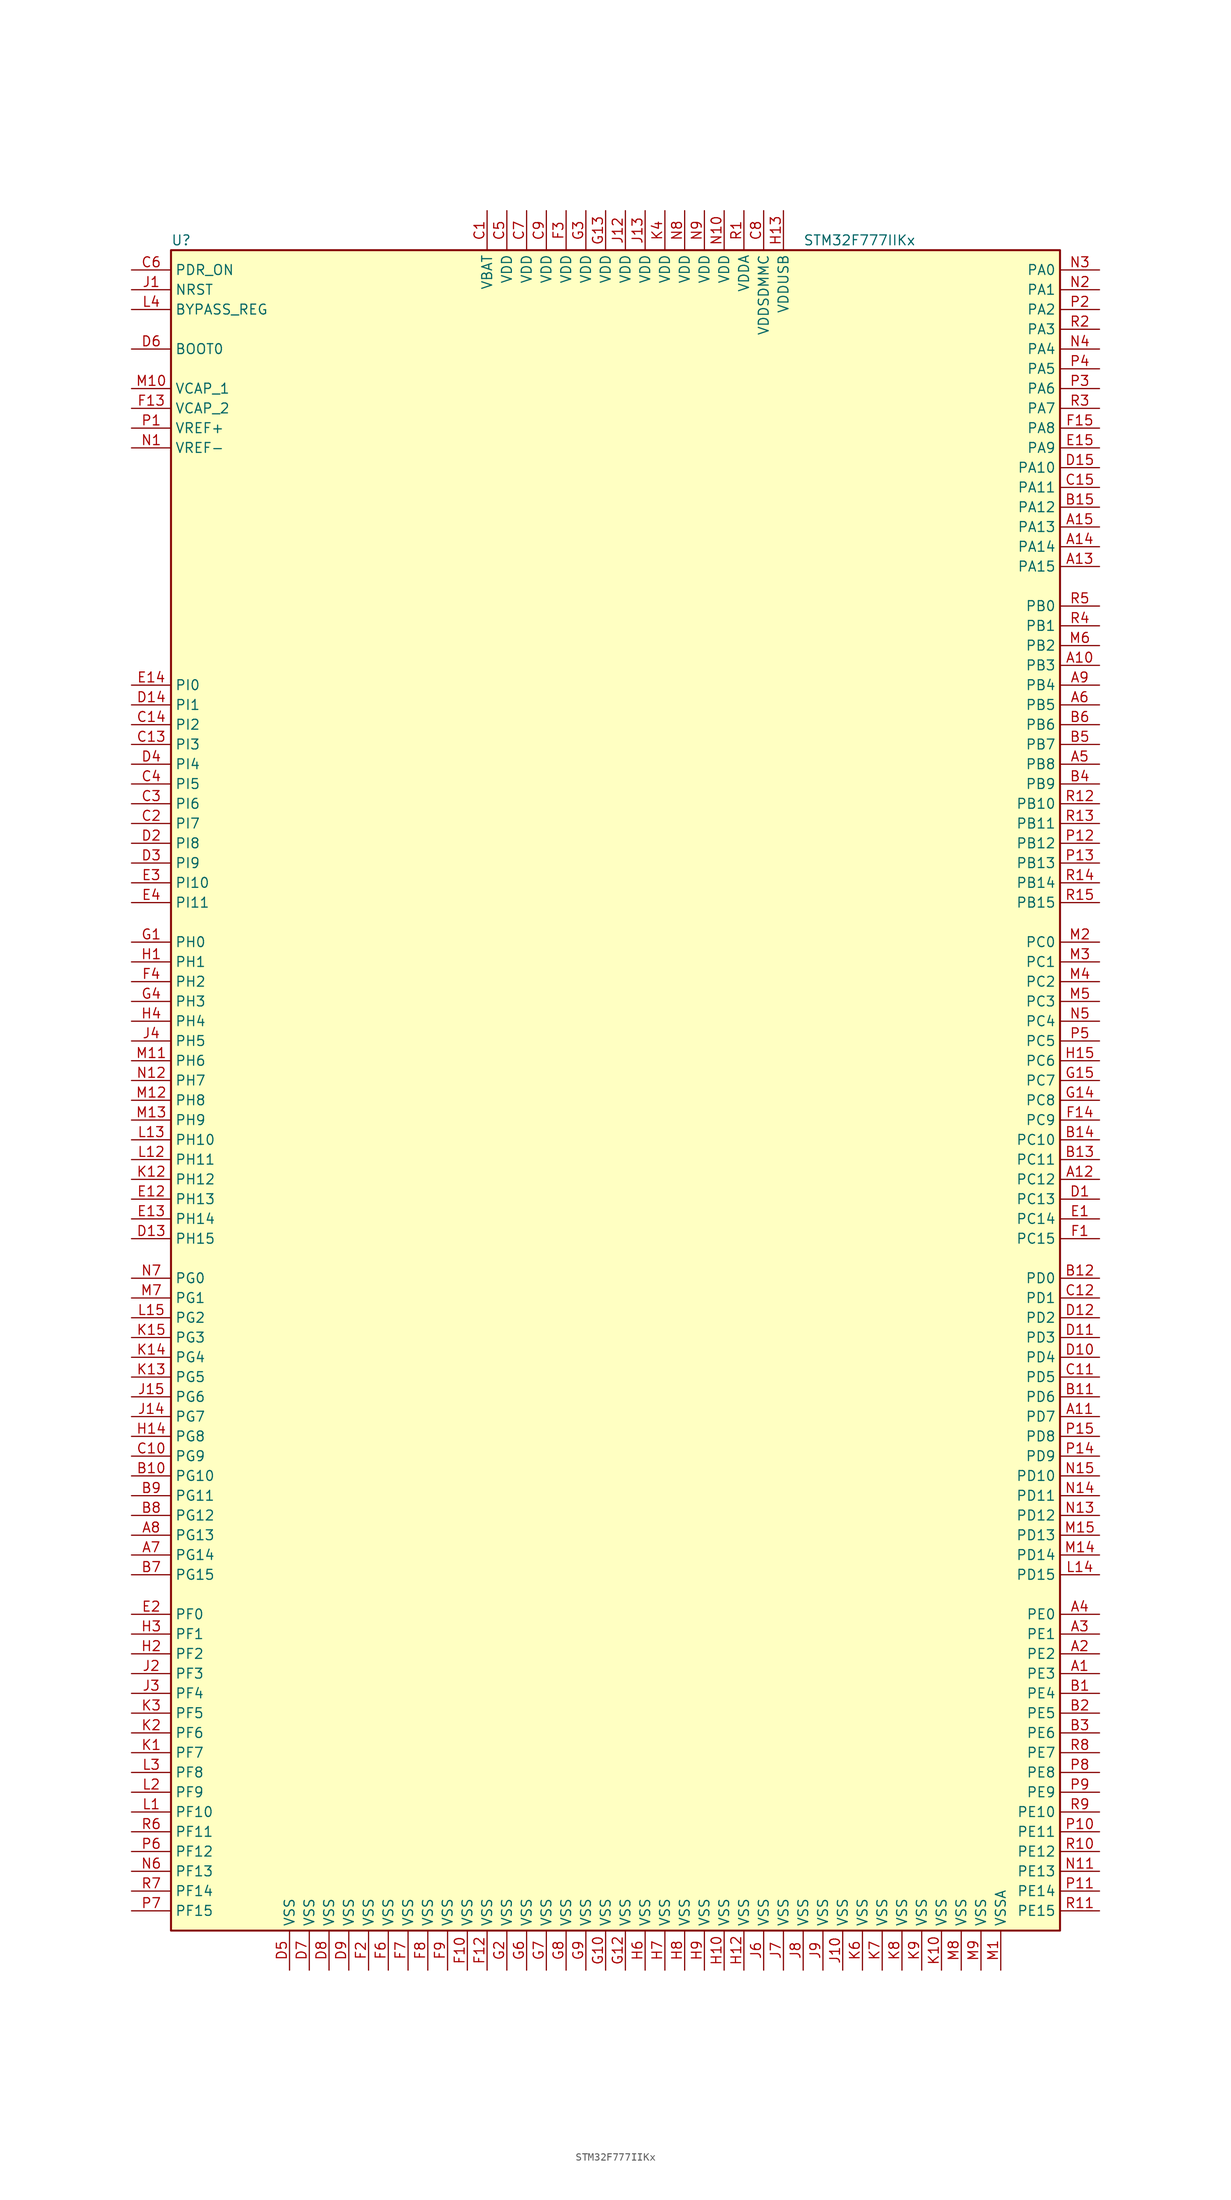
<source format=kicad_sym>
(kicad_symbol_lib
  (version 20201005)
  (generator kicad_symbol_editor)
  (symbol "MCU_ST_STM32F7:STM32F777IIKx"
    (property "Reference" "U"
      (at -58.42 107.95 0)
      (effects (font (size 1.27 1.27)) (justify left)))
    (property "Value" "STM32F777IIKx"
      (at 22.86 107.95 0)
      (effects (font (size 1.27 1.27)) (justify left)))
    (symbol "STM32F777IIKx_0_1"
      (rectangle (start -58.42 -109.22) (end 55.88 106.68) (stroke (width 0.254)) (fill (type background))))
    (symbol "STM32F777IIKx_1_1"
      (pin input line (at -63.5 93.98 0) (length 5.08) (name "BOOT0" (effects (font (size 1.27 1.27)))) (number "D6" (effects (font (size 1.27 1.27)))))
      (pin input line (at -63.5 99.06 0) (length 5.08) (name "BYPASS_REG" (effects (font (size 1.27 1.27)))) (number "L4" (effects (font (size 1.27 1.27)))))
      (pin input line (at -63.5 101.6 0) (length 5.08) (name "NRST" (effects (font (size 1.27 1.27)))) (number "J1" (effects (font (size 1.27 1.27)))))
      (pin bidirectional line (at 60.96 104.14 180) (length 5.08) (name "PA0" (effects (font (size 1.27 1.27)))) (number "N3" (effects (font (size 1.27 1.27)))))
      (pin bidirectional line (at 60.96 101.6 180) (length 5.08) (name "PA1" (effects (font (size 1.27 1.27)))) (number "N2" (effects (font (size 1.27 1.27)))))
      (pin bidirectional line (at 60.96 78.74 180) (length 5.08) (name "PA10" (effects (font (size 1.27 1.27)))) (number "D15" (effects (font (size 1.27 1.27)))))
      (pin bidirectional line (at 60.96 76.2 180) (length 5.08) (name "PA11" (effects (font (size 1.27 1.27)))) (number "C15" (effects (font (size 1.27 1.27)))))
      (pin bidirectional line (at 60.96 73.66 180) (length 5.08) (name "PA12" (effects (font (size 1.27 1.27)))) (number "B15" (effects (font (size 1.27 1.27)))))
      (pin bidirectional line (at 60.96 71.12 180) (length 5.08) (name "PA13" (effects (font (size 1.27 1.27)))) (number "A15" (effects (font (size 1.27 1.27)))))
      (pin bidirectional line (at 60.96 68.58 180) (length 5.08) (name "PA14" (effects (font (size 1.27 1.27)))) (number "A14" (effects (font (size 1.27 1.27)))))
      (pin bidirectional line (at 60.96 66.04 180) (length 5.08) (name "PA15" (effects (font (size 1.27 1.27)))) (number "A13" (effects (font (size 1.27 1.27)))))
      (pin bidirectional line (at 60.96 99.06 180) (length 5.08) (name "PA2" (effects (font (size 1.27 1.27)))) (number "P2" (effects (font (size 1.27 1.27)))))
      (pin bidirectional line (at 60.96 96.52 180) (length 5.08) (name "PA3" (effects (font (size 1.27 1.27)))) (number "R2" (effects (font (size 1.27 1.27)))))
      (pin bidirectional line (at 60.96 93.98 180) (length 5.08) (name "PA4" (effects (font (size 1.27 1.27)))) (number "N4" (effects (font (size 1.27 1.27)))))
      (pin bidirectional line (at 60.96 91.44 180) (length 5.08) (name "PA5" (effects (font (size 1.27 1.27)))) (number "P4" (effects (font (size 1.27 1.27)))))
      (pin bidirectional line (at 60.96 88.9 180) (length 5.08) (name "PA6" (effects (font (size 1.27 1.27)))) (number "P3" (effects (font (size 1.27 1.27)))))
      (pin bidirectional line (at 60.96 86.36 180) (length 5.08) (name "PA7" (effects (font (size 1.27 1.27)))) (number "R3" (effects (font (size 1.27 1.27)))))
      (pin bidirectional line (at 60.96 83.82 180) (length 5.08) (name "PA8" (effects (font (size 1.27 1.27)))) (number "F15" (effects (font (size 1.27 1.27)))))
      (pin bidirectional line (at 60.96 81.28 180) (length 5.08) (name "PA9" (effects (font (size 1.27 1.27)))) (number "E15" (effects (font (size 1.27 1.27)))))
      (pin bidirectional line (at 60.96 60.96 180) (length 5.08) (name "PB0" (effects (font (size 1.27 1.27)))) (number "R5" (effects (font (size 1.27 1.27)))))
      (pin bidirectional line (at 60.96 58.42 180) (length 5.08) (name "PB1" (effects (font (size 1.27 1.27)))) (number "R4" (effects (font (size 1.27 1.27)))))
      (pin bidirectional line (at 60.96 35.56 180) (length 5.08) (name "PB10" (effects (font (size 1.27 1.27)))) (number "R12" (effects (font (size 1.27 1.27)))))
      (pin bidirectional line (at 60.96 33.02 180) (length 5.08) (name "PB11" (effects (font (size 1.27 1.27)))) (number "R13" (effects (font (size 1.27 1.27)))))
      (pin bidirectional line (at 60.96 30.48 180) (length 5.08) (name "PB12" (effects (font (size 1.27 1.27)))) (number "P12" (effects (font (size 1.27 1.27)))))
      (pin bidirectional line (at 60.96 27.94 180) (length 5.08) (name "PB13" (effects (font (size 1.27 1.27)))) (number "P13" (effects (font (size 1.27 1.27)))))
      (pin bidirectional line (at 60.96 25.4 180) (length 5.08) (name "PB14" (effects (font (size 1.27 1.27)))) (number "R14" (effects (font (size 1.27 1.27)))))
      (pin bidirectional line (at 60.96 22.86 180) (length 5.08) (name "PB15" (effects (font (size 1.27 1.27)))) (number "R15" (effects (font (size 1.27 1.27)))))
      (pin bidirectional line (at 60.96 55.88 180) (length 5.08) (name "PB2" (effects (font (size 1.27 1.27)))) (number "M6" (effects (font (size 1.27 1.27)))))
      (pin bidirectional line (at 60.96 53.34 180) (length 5.08) (name "PB3" (effects (font (size 1.27 1.27)))) (number "A10" (effects (font (size 1.27 1.27)))))
      (pin bidirectional line (at 60.96 50.8 180) (length 5.08) (name "PB4" (effects (font (size 1.27 1.27)))) (number "A9" (effects (font (size 1.27 1.27)))))
      (pin bidirectional line (at 60.96 48.26 180) (length 5.08) (name "PB5" (effects (font (size 1.27 1.27)))) (number "A6" (effects (font (size 1.27 1.27)))))
      (pin bidirectional line (at 60.96 45.72 180) (length 5.08) (name "PB6" (effects (font (size 1.27 1.27)))) (number "B6" (effects (font (size 1.27 1.27)))))
      (pin bidirectional line (at 60.96 43.18 180) (length 5.08) (name "PB7" (effects (font (size 1.27 1.27)))) (number "B5" (effects (font (size 1.27 1.27)))))
      (pin bidirectional line (at 60.96 40.64 180) (length 5.08) (name "PB8" (effects (font (size 1.27 1.27)))) (number "A5" (effects (font (size 1.27 1.27)))))
      (pin bidirectional line (at 60.96 38.1 180) (length 5.08) (name "PB9" (effects (font (size 1.27 1.27)))) (number "B4" (effects (font (size 1.27 1.27)))))
      (pin bidirectional line (at 60.96 17.78 180) (length 5.08) (name "PC0" (effects (font (size 1.27 1.27)))) (number "M2" (effects (font (size 1.27 1.27)))))
      (pin bidirectional line (at 60.96 15.24 180) (length 5.08) (name "PC1" (effects (font (size 1.27 1.27)))) (number "M3" (effects (font (size 1.27 1.27)))))
      (pin bidirectional line (at 60.96 -7.62 180) (length 5.08) (name "PC10" (effects (font (size 1.27 1.27)))) (number "B14" (effects (font (size 1.27 1.27)))))
      (pin bidirectional line (at 60.96 -10.16 180) (length 5.08) (name "PC11" (effects (font (size 1.27 1.27)))) (number "B13" (effects (font (size 1.27 1.27)))))
      (pin bidirectional line (at 60.96 -12.7 180) (length 5.08) (name "PC12" (effects (font (size 1.27 1.27)))) (number "A12" (effects (font (size 1.27 1.27)))))
      (pin bidirectional line (at 60.96 -15.24 180) (length 5.08) (name "PC13" (effects (font (size 1.27 1.27)))) (number "D1" (effects (font (size 1.27 1.27)))))
      (pin bidirectional line (at 60.96 -17.78 180) (length 5.08) (name "PC14" (effects (font (size 1.27 1.27)))) (number "E1" (effects (font (size 1.27 1.27)))))
      (pin bidirectional line (at 60.96 -20.32 180) (length 5.08) (name "PC15" (effects (font (size 1.27 1.27)))) (number "F1" (effects (font (size 1.27 1.27)))))
      (pin bidirectional line (at 60.96 12.7 180) (length 5.08) (name "PC2" (effects (font (size 1.27 1.27)))) (number "M4" (effects (font (size 1.27 1.27)))))
      (pin bidirectional line (at 60.96 10.16 180) (length 5.08) (name "PC3" (effects (font (size 1.27 1.27)))) (number "M5" (effects (font (size 1.27 1.27)))))
      (pin bidirectional line (at 60.96 7.62 180) (length 5.08) (name "PC4" (effects (font (size 1.27 1.27)))) (number "N5" (effects (font (size 1.27 1.27)))))
      (pin bidirectional line (at 60.96 5.08 180) (length 5.08) (name "PC5" (effects (font (size 1.27 1.27)))) (number "P5" (effects (font (size 1.27 1.27)))))
      (pin bidirectional line (at 60.96 2.54 180) (length 5.08) (name "PC6" (effects (font (size 1.27 1.27)))) (number "H15" (effects (font (size 1.27 1.27)))))
      (pin bidirectional line (at 60.96 0 180) (length 5.08) (name "PC7" (effects (font (size 1.27 1.27)))) (number "G15" (effects (font (size 1.27 1.27)))))
      (pin bidirectional line (at 60.96 -2.54 180) (length 5.08) (name "PC8" (effects (font (size 1.27 1.27)))) (number "G14" (effects (font (size 1.27 1.27)))))
      (pin bidirectional line (at 60.96 -5.08 180) (length 5.08) (name "PC9" (effects (font (size 1.27 1.27)))) (number "F14" (effects (font (size 1.27 1.27)))))
      (pin bidirectional line (at 60.96 -25.4 180) (length 5.08) (name "PD0" (effects (font (size 1.27 1.27)))) (number "B12" (effects (font (size 1.27 1.27)))))
      (pin bidirectional line (at 60.96 -27.94 180) (length 5.08) (name "PD1" (effects (font (size 1.27 1.27)))) (number "C12" (effects (font (size 1.27 1.27)))))
      (pin bidirectional line (at 60.96 -50.8 180) (length 5.08) (name "PD10" (effects (font (size 1.27 1.27)))) (number "N15" (effects (font (size 1.27 1.27)))))
      (pin bidirectional line (at 60.96 -53.34 180) (length 5.08) (name "PD11" (effects (font (size 1.27 1.27)))) (number "N14" (effects (font (size 1.27 1.27)))))
      (pin bidirectional line (at 60.96 -55.88 180) (length 5.08) (name "PD12" (effects (font (size 1.27 1.27)))) (number "N13" (effects (font (size 1.27 1.27)))))
      (pin bidirectional line (at 60.96 -58.42 180) (length 5.08) (name "PD13" (effects (font (size 1.27 1.27)))) (number "M15" (effects (font (size 1.27 1.27)))))
      (pin bidirectional line (at 60.96 -60.96 180) (length 5.08) (name "PD14" (effects (font (size 1.27 1.27)))) (number "M14" (effects (font (size 1.27 1.27)))))
      (pin bidirectional line (at 60.96 -63.5 180) (length 5.08) (name "PD15" (effects (font (size 1.27 1.27)))) (number "L14" (effects (font (size 1.27 1.27)))))
      (pin bidirectional line (at 60.96 -30.48 180) (length 5.08) (name "PD2" (effects (font (size 1.27 1.27)))) (number "D12" (effects (font (size 1.27 1.27)))))
      (pin bidirectional line (at 60.96 -33.02 180) (length 5.08) (name "PD3" (effects (font (size 1.27 1.27)))) (number "D11" (effects (font (size 1.27 1.27)))))
      (pin bidirectional line (at 60.96 -35.56 180) (length 5.08) (name "PD4" (effects (font (size 1.27 1.27)))) (number "D10" (effects (font (size 1.27 1.27)))))
      (pin bidirectional line (at 60.96 -38.1 180) (length 5.08) (name "PD5" (effects (font (size 1.27 1.27)))) (number "C11" (effects (font (size 1.27 1.27)))))
      (pin bidirectional line (at 60.96 -40.64 180) (length 5.08) (name "PD6" (effects (font (size 1.27 1.27)))) (number "B11" (effects (font (size 1.27 1.27)))))
      (pin bidirectional line (at 60.96 -43.18 180) (length 5.08) (name "PD7" (effects (font (size 1.27 1.27)))) (number "A11" (effects (font (size 1.27 1.27)))))
      (pin bidirectional line (at 60.96 -45.72 180) (length 5.08) (name "PD8" (effects (font (size 1.27 1.27)))) (number "P15" (effects (font (size 1.27 1.27)))))
      (pin bidirectional line (at 60.96 -48.26 180) (length 5.08) (name "PD9" (effects (font (size 1.27 1.27)))) (number "P14" (effects (font (size 1.27 1.27)))))
      (pin input line (at -63.5 104.14 0) (length 5.08) (name "PDR_ON" (effects (font (size 1.27 1.27)))) (number "C6" (effects (font (size 1.27 1.27)))))
      (pin bidirectional line (at 60.96 -68.58 180) (length 5.08) (name "PE0" (effects (font (size 1.27 1.27)))) (number "A4" (effects (font (size 1.27 1.27)))))
      (pin bidirectional line (at 60.96 -71.12 180) (length 5.08) (name "PE1" (effects (font (size 1.27 1.27)))) (number "A3" (effects (font (size 1.27 1.27)))))
      (pin bidirectional line (at 60.96 -93.98 180) (length 5.08) (name "PE10" (effects (font (size 1.27 1.27)))) (number "R9" (effects (font (size 1.27 1.27)))))
      (pin bidirectional line (at 60.96 -96.52 180) (length 5.08) (name "PE11" (effects (font (size 1.27 1.27)))) (number "P10" (effects (font (size 1.27 1.27)))))
      (pin bidirectional line (at 60.96 -99.06 180) (length 5.08) (name "PE12" (effects (font (size 1.27 1.27)))) (number "R10" (effects (font (size 1.27 1.27)))))
      (pin bidirectional line (at 60.96 -101.6 180) (length 5.08) (name "PE13" (effects (font (size 1.27 1.27)))) (number "N11" (effects (font (size 1.27 1.27)))))
      (pin bidirectional line (at 60.96 -104.14 180) (length 5.08) (name "PE14" (effects (font (size 1.27 1.27)))) (number "P11" (effects (font (size 1.27 1.27)))))
      (pin bidirectional line (at 60.96 -106.68 180) (length 5.08) (name "PE15" (effects (font (size 1.27 1.27)))) (number "R11" (effects (font (size 1.27 1.27)))))
      (pin bidirectional line (at 60.96 -73.66 180) (length 5.08) (name "PE2" (effects (font (size 1.27 1.27)))) (number "A2" (effects (font (size 1.27 1.27)))))
      (pin bidirectional line (at 60.96 -76.2 180) (length 5.08) (name "PE3" (effects (font (size 1.27 1.27)))) (number "A1" (effects (font (size 1.27 1.27)))))
      (pin bidirectional line (at 60.96 -78.74 180) (length 5.08) (name "PE4" (effects (font (size 1.27 1.27)))) (number "B1" (effects (font (size 1.27 1.27)))))
      (pin bidirectional line (at 60.96 -81.28 180) (length 5.08) (name "PE5" (effects (font (size 1.27 1.27)))) (number "B2" (effects (font (size 1.27 1.27)))))
      (pin bidirectional line (at 60.96 -83.82 180) (length 5.08) (name "PE6" (effects (font (size 1.27 1.27)))) (number "B3" (effects (font (size 1.27 1.27)))))
      (pin bidirectional line (at 60.96 -86.36 180) (length 5.08) (name "PE7" (effects (font (size 1.27 1.27)))) (number "R8" (effects (font (size 1.27 1.27)))))
      (pin bidirectional line (at 60.96 -88.9 180) (length 5.08) (name "PE8" (effects (font (size 1.27 1.27)))) (number "P8" (effects (font (size 1.27 1.27)))))
      (pin bidirectional line (at 60.96 -91.44 180) (length 5.08) (name "PE9" (effects (font (size 1.27 1.27)))) (number "P9" (effects (font (size 1.27 1.27)))))
      (pin bidirectional line (at -63.5 -68.58 0) (length 5.08) (name "PF0" (effects (font (size 1.27 1.27)))) (number "E2" (effects (font (size 1.27 1.27)))))
      (pin bidirectional line (at -63.5 -71.12 0) (length 5.08) (name "PF1" (effects (font (size 1.27 1.27)))) (number "H3" (effects (font (size 1.27 1.27)))))
      (pin bidirectional line (at -63.5 -93.98 0) (length 5.08) (name "PF10" (effects (font (size 1.27 1.27)))) (number "L1" (effects (font (size 1.27 1.27)))))
      (pin bidirectional line (at -63.5 -96.52 0) (length 5.08) (name "PF11" (effects (font (size 1.27 1.27)))) (number "R6" (effects (font (size 1.27 1.27)))))
      (pin bidirectional line (at -63.5 -99.06 0) (length 5.08) (name "PF12" (effects (font (size 1.27 1.27)))) (number "P6" (effects (font (size 1.27 1.27)))))
      (pin bidirectional line (at -63.5 -101.6 0) (length 5.08) (name "PF13" (effects (font (size 1.27 1.27)))) (number "N6" (effects (font (size 1.27 1.27)))))
      (pin bidirectional line (at -63.5 -104.14 0) (length 5.08) (name "PF14" (effects (font (size 1.27 1.27)))) (number "R7" (effects (font (size 1.27 1.27)))))
      (pin bidirectional line (at -63.5 -106.68 0) (length 5.08) (name "PF15" (effects (font (size 1.27 1.27)))) (number "P7" (effects (font (size 1.27 1.27)))))
      (pin bidirectional line (at -63.5 -73.66 0) (length 5.08) (name "PF2" (effects (font (size 1.27 1.27)))) (number "H2" (effects (font (size 1.27 1.27)))))
      (pin bidirectional line (at -63.5 -76.2 0) (length 5.08) (name "PF3" (effects (font (size 1.27 1.27)))) (number "J2" (effects (font (size 1.27 1.27)))))
      (pin bidirectional line (at -63.5 -78.74 0) (length 5.08) (name "PF4" (effects (font (size 1.27 1.27)))) (number "J3" (effects (font (size 1.27 1.27)))))
      (pin bidirectional line (at -63.5 -81.28 0) (length 5.08) (name "PF5" (effects (font (size 1.27 1.27)))) (number "K3" (effects (font (size 1.27 1.27)))))
      (pin bidirectional line (at -63.5 -83.82 0) (length 5.08) (name "PF6" (effects (font (size 1.27 1.27)))) (number "K2" (effects (font (size 1.27 1.27)))))
      (pin bidirectional line (at -63.5 -86.36 0) (length 5.08) (name "PF7" (effects (font (size 1.27 1.27)))) (number "K1" (effects (font (size 1.27 1.27)))))
      (pin bidirectional line (at -63.5 -88.9 0) (length 5.08) (name "PF8" (effects (font (size 1.27 1.27)))) (number "L3" (effects (font (size 1.27 1.27)))))
      (pin bidirectional line (at -63.5 -91.44 0) (length 5.08) (name "PF9" (effects (font (size 1.27 1.27)))) (number "L2" (effects (font (size 1.27 1.27)))))
      (pin bidirectional line (at -63.5 -25.4 0) (length 5.08) (name "PG0" (effects (font (size 1.27 1.27)))) (number "N7" (effects (font (size 1.27 1.27)))))
      (pin bidirectional line (at -63.5 -27.94 0) (length 5.08) (name "PG1" (effects (font (size 1.27 1.27)))) (number "M7" (effects (font (size 1.27 1.27)))))
      (pin bidirectional line (at -63.5 -50.8 0) (length 5.08) (name "PG10" (effects (font (size 1.27 1.27)))) (number "B10" (effects (font (size 1.27 1.27)))))
      (pin bidirectional line (at -63.5 -53.34 0) (length 5.08) (name "PG11" (effects (font (size 1.27 1.27)))) (number "B9" (effects (font (size 1.27 1.27)))))
      (pin bidirectional line (at -63.5 -55.88 0) (length 5.08) (name "PG12" (effects (font (size 1.27 1.27)))) (number "B8" (effects (font (size 1.27 1.27)))))
      (pin bidirectional line (at -63.5 -58.42 0) (length 5.08) (name "PG13" (effects (font (size 1.27 1.27)))) (number "A8" (effects (font (size 1.27 1.27)))))
      (pin bidirectional line (at -63.5 -60.96 0) (length 5.08) (name "PG14" (effects (font (size 1.27 1.27)))) (number "A7" (effects (font (size 1.27 1.27)))))
      (pin bidirectional line (at -63.5 -63.5 0) (length 5.08) (name "PG15" (effects (font (size 1.27 1.27)))) (number "B7" (effects (font (size 1.27 1.27)))))
      (pin bidirectional line (at -63.5 -30.48 0) (length 5.08) (name "PG2" (effects (font (size 1.27 1.27)))) (number "L15" (effects (font (size 1.27 1.27)))))
      (pin bidirectional line (at -63.5 -33.02 0) (length 5.08) (name "PG3" (effects (font (size 1.27 1.27)))) (number "K15" (effects (font (size 1.27 1.27)))))
      (pin bidirectional line (at -63.5 -35.56 0) (length 5.08) (name "PG4" (effects (font (size 1.27 1.27)))) (number "K14" (effects (font (size 1.27 1.27)))))
      (pin bidirectional line (at -63.5 -38.1 0) (length 5.08) (name "PG5" (effects (font (size 1.27 1.27)))) (number "K13" (effects (font (size 1.27 1.27)))))
      (pin bidirectional line (at -63.5 -40.64 0) (length 5.08) (name "PG6" (effects (font (size 1.27 1.27)))) (number "J15" (effects (font (size 1.27 1.27)))))
      (pin bidirectional line (at -63.5 -43.18 0) (length 5.08) (name "PG7" (effects (font (size 1.27 1.27)))) (number "J14" (effects (font (size 1.27 1.27)))))
      (pin bidirectional line (at -63.5 -45.72 0) (length 5.08) (name "PG8" (effects (font (size 1.27 1.27)))) (number "H14" (effects (font (size 1.27 1.27)))))
      (pin bidirectional line (at -63.5 -48.26 0) (length 5.08) (name "PG9" (effects (font (size 1.27 1.27)))) (number "C10" (effects (font (size 1.27 1.27)))))
      (pin input line (at -63.5 17.78 0) (length 5.08) (name "PH0" (effects (font (size 1.27 1.27)))) (number "G1" (effects (font (size 1.27 1.27)))))
      (pin input line (at -63.5 15.24 0) (length 5.08) (name "PH1" (effects (font (size 1.27 1.27)))) (number "H1" (effects (font (size 1.27 1.27)))))
      (pin bidirectional line (at -63.5 -7.62 0) (length 5.08) (name "PH10" (effects (font (size 1.27 1.27)))) (number "L13" (effects (font (size 1.27 1.27)))))
      (pin bidirectional line (at -63.5 -10.16 0) (length 5.08) (name "PH11" (effects (font (size 1.27 1.27)))) (number "L12" (effects (font (size 1.27 1.27)))))
      (pin bidirectional line (at -63.5 -12.7 0) (length 5.08) (name "PH12" (effects (font (size 1.27 1.27)))) (number "K12" (effects (font (size 1.27 1.27)))))
      (pin bidirectional line (at -63.5 -15.24 0) (length 5.08) (name "PH13" (effects (font (size 1.27 1.27)))) (number "E12" (effects (font (size 1.27 1.27)))))
      (pin bidirectional line (at -63.5 -17.78 0) (length 5.08) (name "PH14" (effects (font (size 1.27 1.27)))) (number "E13" (effects (font (size 1.27 1.27)))))
      (pin bidirectional line (at -63.5 -20.32 0) (length 5.08) (name "PH15" (effects (font (size 1.27 1.27)))) (number "D13" (effects (font (size 1.27 1.27)))))
      (pin bidirectional line (at -63.5 12.7 0) (length 5.08) (name "PH2" (effects (font (size 1.27 1.27)))) (number "F4" (effects (font (size 1.27 1.27)))))
      (pin bidirectional line (at -63.5 10.16 0) (length 5.08) (name "PH3" (effects (font (size 1.27 1.27)))) (number "G4" (effects (font (size 1.27 1.27)))))
      (pin bidirectional line (at -63.5 7.62 0) (length 5.08) (name "PH4" (effects (font (size 1.27 1.27)))) (number "H4" (effects (font (size 1.27 1.27)))))
      (pin bidirectional line (at -63.5 5.08 0) (length 5.08) (name "PH5" (effects (font (size 1.27 1.27)))) (number "J4" (effects (font (size 1.27 1.27)))))
      (pin bidirectional line (at -63.5 2.54 0) (length 5.08) (name "PH6" (effects (font (size 1.27 1.27)))) (number "M11" (effects (font (size 1.27 1.27)))))
      (pin bidirectional line (at -63.5 0 0) (length 5.08) (name "PH7" (effects (font (size 1.27 1.27)))) (number "N12" (effects (font (size 1.27 1.27)))))
      (pin bidirectional line (at -63.5 -2.54 0) (length 5.08) (name "PH8" (effects (font (size 1.27 1.27)))) (number "M12" (effects (font (size 1.27 1.27)))))
      (pin bidirectional line (at -63.5 -5.08 0) (length 5.08) (name "PH9" (effects (font (size 1.27 1.27)))) (number "M13" (effects (font (size 1.27 1.27)))))
      (pin bidirectional line (at -63.5 50.8 0) (length 5.08) (name "PI0" (effects (font (size 1.27 1.27)))) (number "E14" (effects (font (size 1.27 1.27)))))
      (pin bidirectional line (at -63.5 48.26 0) (length 5.08) (name "PI1" (effects (font (size 1.27 1.27)))) (number "D14" (effects (font (size 1.27 1.27)))))
      (pin bidirectional line (at -63.5 25.4 0) (length 5.08) (name "PI10" (effects (font (size 1.27 1.27)))) (number "E3" (effects (font (size 1.27 1.27)))))
      (pin bidirectional line (at -63.5 22.86 0) (length 5.08) (name "PI11" (effects (font (size 1.27 1.27)))) (number "E4" (effects (font (size 1.27 1.27)))))
      (pin bidirectional line (at -63.5 45.72 0) (length 5.08) (name "PI2" (effects (font (size 1.27 1.27)))) (number "C14" (effects (font (size 1.27 1.27)))))
      (pin bidirectional line (at -63.5 43.18 0) (length 5.08) (name "PI3" (effects (font (size 1.27 1.27)))) (number "C13" (effects (font (size 1.27 1.27)))))
      (pin bidirectional line (at -63.5 40.64 0) (length 5.08) (name "PI4" (effects (font (size 1.27 1.27)))) (number "D4" (effects (font (size 1.27 1.27)))))
      (pin bidirectional line (at -63.5 38.1 0) (length 5.08) (name "PI5" (effects (font (size 1.27 1.27)))) (number "C4" (effects (font (size 1.27 1.27)))))
      (pin bidirectional line (at -63.5 35.56 0) (length 5.08) (name "PI6" (effects (font (size 1.27 1.27)))) (number "C3" (effects (font (size 1.27 1.27)))))
      (pin bidirectional line (at -63.5 33.02 0) (length 5.08) (name "PI7" (effects (font (size 1.27 1.27)))) (number "C2" (effects (font (size 1.27 1.27)))))
      (pin bidirectional line (at -63.5 30.48 0) (length 5.08) (name "PI8" (effects (font (size 1.27 1.27)))) (number "D2" (effects (font (size 1.27 1.27)))))
      (pin bidirectional line (at -63.5 27.94 0) (length 5.08) (name "PI9" (effects (font (size 1.27 1.27)))) (number "D3" (effects (font (size 1.27 1.27)))))
      (pin power_in line (at -17.78 111.76 270) (length 5.08) (name "VBAT" (effects (font (size 1.27 1.27)))) (number "C1" (effects (font (size 1.27 1.27)))))
      (pin power_in line (at -63.5 88.9 0) (length 5.08) (name "VCAP_1" (effects (font (size 1.27 1.27)))) (number "M10" (effects (font (size 1.27 1.27)))))
      (pin power_in line (at -63.5 86.36 0) (length 5.08) (name "VCAP_2" (effects (font (size 1.27 1.27)))) (number "F13" (effects (font (size 1.27 1.27)))))
      (pin power_in line (at -15.24 111.76 270) (length 5.08) (name "VDD" (effects (font (size 1.27 1.27)))) (number "C5" (effects (font (size 1.27 1.27)))))
      (pin power_in line (at -12.7 111.76 270) (length 5.08) (name "VDD" (effects (font (size 1.27 1.27)))) (number "C7" (effects (font (size 1.27 1.27)))))
      (pin power_in line (at -10.16 111.76 270) (length 5.08) (name "VDD" (effects (font (size 1.27 1.27)))) (number "C9" (effects (font (size 1.27 1.27)))))
      (pin power_in line (at -7.62 111.76 270) (length 5.08) (name "VDD" (effects (font (size 1.27 1.27)))) (number "F3" (effects (font (size 1.27 1.27)))))
      (pin power_in line (at -2.54 111.76 270) (length 5.08) (name "VDD" (effects (font (size 1.27 1.27)))) (number "G13" (effects (font (size 1.27 1.27)))))
      (pin power_in line (at -5.08 111.76 270) (length 5.08) (name "VDD" (effects (font (size 1.27 1.27)))) (number "G3" (effects (font (size 1.27 1.27)))))
      (pin power_in line (at 0 111.76 270) (length 5.08) (name "VDD" (effects (font (size 1.27 1.27)))) (number "J12" (effects (font (size 1.27 1.27)))))
      (pin power_in line (at 2.54 111.76 270) (length 5.08) (name "VDD" (effects (font (size 1.27 1.27)))) (number "J13" (effects (font (size 1.27 1.27)))))
      (pin power_in line (at 5.08 111.76 270) (length 5.08) (name "VDD" (effects (font (size 1.27 1.27)))) (number "K4" (effects (font (size 1.27 1.27)))))
      (pin power_in line (at 12.7 111.76 270) (length 5.08) (name "VDD" (effects (font (size 1.27 1.27)))) (number "N10" (effects (font (size 1.27 1.27)))))
      (pin power_in line (at 7.62 111.76 270) (length 5.08) (name "VDD" (effects (font (size 1.27 1.27)))) (number "N8" (effects (font (size 1.27 1.27)))))
      (pin power_in line (at 10.16 111.76 270) (length 5.08) (name "VDD" (effects (font (size 1.27 1.27)))) (number "N9" (effects (font (size 1.27 1.27)))))
      (pin power_in line (at 15.24 111.76 270) (length 5.08) (name "VDDA" (effects (font (size 1.27 1.27)))) (number "R1" (effects (font (size 1.27 1.27)))))
      (pin power_in line (at 17.78 111.76 270) (length 5.08) (name "VDDSDMMC" (effects (font (size 1.27 1.27)))) (number "C8" (effects (font (size 1.27 1.27)))))
      (pin power_in line (at 20.32 111.76 270) (length 5.08) (name "VDDUSB" (effects (font (size 1.27 1.27)))) (number "H13" (effects (font (size 1.27 1.27)))))
      (pin power_in line (at -63.5 83.82 0) (length 5.08) (name "VREF+" (effects (font (size 1.27 1.27)))) (number "P1" (effects (font (size 1.27 1.27)))))
      (pin power_in line (at -63.5 81.28 0) (length 5.08) (name "VREF-" (effects (font (size 1.27 1.27)))) (number "N1" (effects (font (size 1.27 1.27)))))
      (pin power_in line (at -43.18 -114.3 90) (length 5.08) (name "VSS" (effects (font (size 1.27 1.27)))) (number "D5" (effects (font (size 1.27 1.27)))))
      (pin power_in line (at -40.64 -114.3 90) (length 5.08) (name "VSS" (effects (font (size 1.27 1.27)))) (number "D7" (effects (font (size 1.27 1.27)))))
      (pin power_in line (at -38.1 -114.3 90) (length 5.08) (name "VSS" (effects (font (size 1.27 1.27)))) (number "D8" (effects (font (size 1.27 1.27)))))
      (pin power_in line (at -35.56 -114.3 90) (length 5.08) (name "VSS" (effects (font (size 1.27 1.27)))) (number "D9" (effects (font (size 1.27 1.27)))))
      (pin power_in line (at -20.32 -114.3 90) (length 5.08) (name "VSS" (effects (font (size 1.27 1.27)))) (number "F10" (effects (font (size 1.27 1.27)))))
      (pin power_in line (at -17.78 -114.3 90) (length 5.08) (name "VSS" (effects (font (size 1.27 1.27)))) (number "F12" (effects (font (size 1.27 1.27)))))
      (pin power_in line (at -33.02 -114.3 90) (length 5.08) (name "VSS" (effects (font (size 1.27 1.27)))) (number "F2" (effects (font (size 1.27 1.27)))))
      (pin power_in line (at -30.48 -114.3 90) (length 5.08) (name "VSS" (effects (font (size 1.27 1.27)))) (number "F6" (effects (font (size 1.27 1.27)))))
      (pin power_in line (at -27.94 -114.3 90) (length 5.08) (name "VSS" (effects (font (size 1.27 1.27)))) (number "F7" (effects (font (size 1.27 1.27)))))
      (pin power_in line (at -25.4 -114.3 90) (length 5.08) (name "VSS" (effects (font (size 1.27 1.27)))) (number "F8" (effects (font (size 1.27 1.27)))))
      (pin power_in line (at -22.86 -114.3 90) (length 5.08) (name "VSS" (effects (font (size 1.27 1.27)))) (number "F9" (effects (font (size 1.27 1.27)))))
      (pin power_in line (at -2.54 -114.3 90) (length 5.08) (name "VSS" (effects (font (size 1.27 1.27)))) (number "G10" (effects (font (size 1.27 1.27)))))
      (pin power_in line (at 0 -114.3 90) (length 5.08) (name "VSS" (effects (font (size 1.27 1.27)))) (number "G12" (effects (font (size 1.27 1.27)))))
      (pin power_in line (at -15.24 -114.3 90) (length 5.08) (name "VSS" (effects (font (size 1.27 1.27)))) (number "G2" (effects (font (size 1.27 1.27)))))
      (pin power_in line (at -12.7 -114.3 90) (length 5.08) (name "VSS" (effects (font (size 1.27 1.27)))) (number "G6" (effects (font (size 1.27 1.27)))))
      (pin power_in line (at -10.16 -114.3 90) (length 5.08) (name "VSS" (effects (font (size 1.27 1.27)))) (number "G7" (effects (font (size 1.27 1.27)))))
      (pin power_in line (at -7.62 -114.3 90) (length 5.08) (name "VSS" (effects (font (size 1.27 1.27)))) (number "G8" (effects (font (size 1.27 1.27)))))
      (pin power_in line (at -5.08 -114.3 90) (length 5.08) (name "VSS" (effects (font (size 1.27 1.27)))) (number "G9" (effects (font (size 1.27 1.27)))))
      (pin power_in line (at 12.7 -114.3 90) (length 5.08) (name "VSS" (effects (font (size 1.27 1.27)))) (number "H10" (effects (font (size 1.27 1.27)))))
      (pin power_in line (at 15.24 -114.3 90) (length 5.08) (name "VSS" (effects (font (size 1.27 1.27)))) (number "H12" (effects (font (size 1.27 1.27)))))
      (pin power_in line (at 2.54 -114.3 90) (length 5.08) (name "VSS" (effects (font (size 1.27 1.27)))) (number "H6" (effects (font (size 1.27 1.27)))))
      (pin power_in line (at 5.08 -114.3 90) (length 5.08) (name "VSS" (effects (font (size 1.27 1.27)))) (number "H7" (effects (font (size 1.27 1.27)))))
      (pin power_in line (at 7.62 -114.3 90) (length 5.08) (name "VSS" (effects (font (size 1.27 1.27)))) (number "H8" (effects (font (size 1.27 1.27)))))
      (pin power_in line (at 10.16 -114.3 90) (length 5.08) (name "VSS" (effects (font (size 1.27 1.27)))) (number "H9" (effects (font (size 1.27 1.27)))))
      (pin power_in line (at 27.94 -114.3 90) (length 5.08) (name "VSS" (effects (font (size 1.27 1.27)))) (number "J10" (effects (font (size 1.27 1.27)))))
      (pin power_in line (at 17.78 -114.3 90) (length 5.08) (name "VSS" (effects (font (size 1.27 1.27)))) (number "J6" (effects (font (size 1.27 1.27)))))
      (pin power_in line (at 20.32 -114.3 90) (length 5.08) (name "VSS" (effects (font (size 1.27 1.27)))) (number "J7" (effects (font (size 1.27 1.27)))))
      (pin power_in line (at 22.86 -114.3 90) (length 5.08) (name "VSS" (effects (font (size 1.27 1.27)))) (number "J8" (effects (font (size 1.27 1.27)))))
      (pin power_in line (at 25.4 -114.3 90) (length 5.08) (name "VSS" (effects (font (size 1.27 1.27)))) (number "J9" (effects (font (size 1.27 1.27)))))
      (pin power_in line (at 40.64 -114.3 90) (length 5.08) (name "VSS" (effects (font (size 1.27 1.27)))) (number "K10" (effects (font (size 1.27 1.27)))))
      (pin power_in line (at 30.48 -114.3 90) (length 5.08) (name "VSS" (effects (font (size 1.27 1.27)))) (number "K6" (effects (font (size 1.27 1.27)))))
      (pin power_in line (at 33.02 -114.3 90) (length 5.08) (name "VSS" (effects (font (size 1.27 1.27)))) (number "K7" (effects (font (size 1.27 1.27)))))
      (pin power_in line (at 35.56 -114.3 90) (length 5.08) (name "VSS" (effects (font (size 1.27 1.27)))) (number "K8" (effects (font (size 1.27 1.27)))))
      (pin power_in line (at 38.1 -114.3 90) (length 5.08) (name "VSS" (effects (font (size 1.27 1.27)))) (number "K9" (effects (font (size 1.27 1.27)))))
      (pin power_in line (at 43.18 -114.3 90) (length 5.08) (name "VSS" (effects (font (size 1.27 1.27)))) (number "M8" (effects (font (size 1.27 1.27)))))
      (pin power_in line (at 45.72 -114.3 90) (length 5.08) (name "VSS" (effects (font (size 1.27 1.27)))) (number "M9" (effects (font (size 1.27 1.27)))))
      (pin power_in line (at 48.26 -114.3 90) (length 5.08) (name "VSSA" (effects (font (size 1.27 1.27)))) (number "M1" (effects (font (size 1.27 1.27))))))))
</source>
